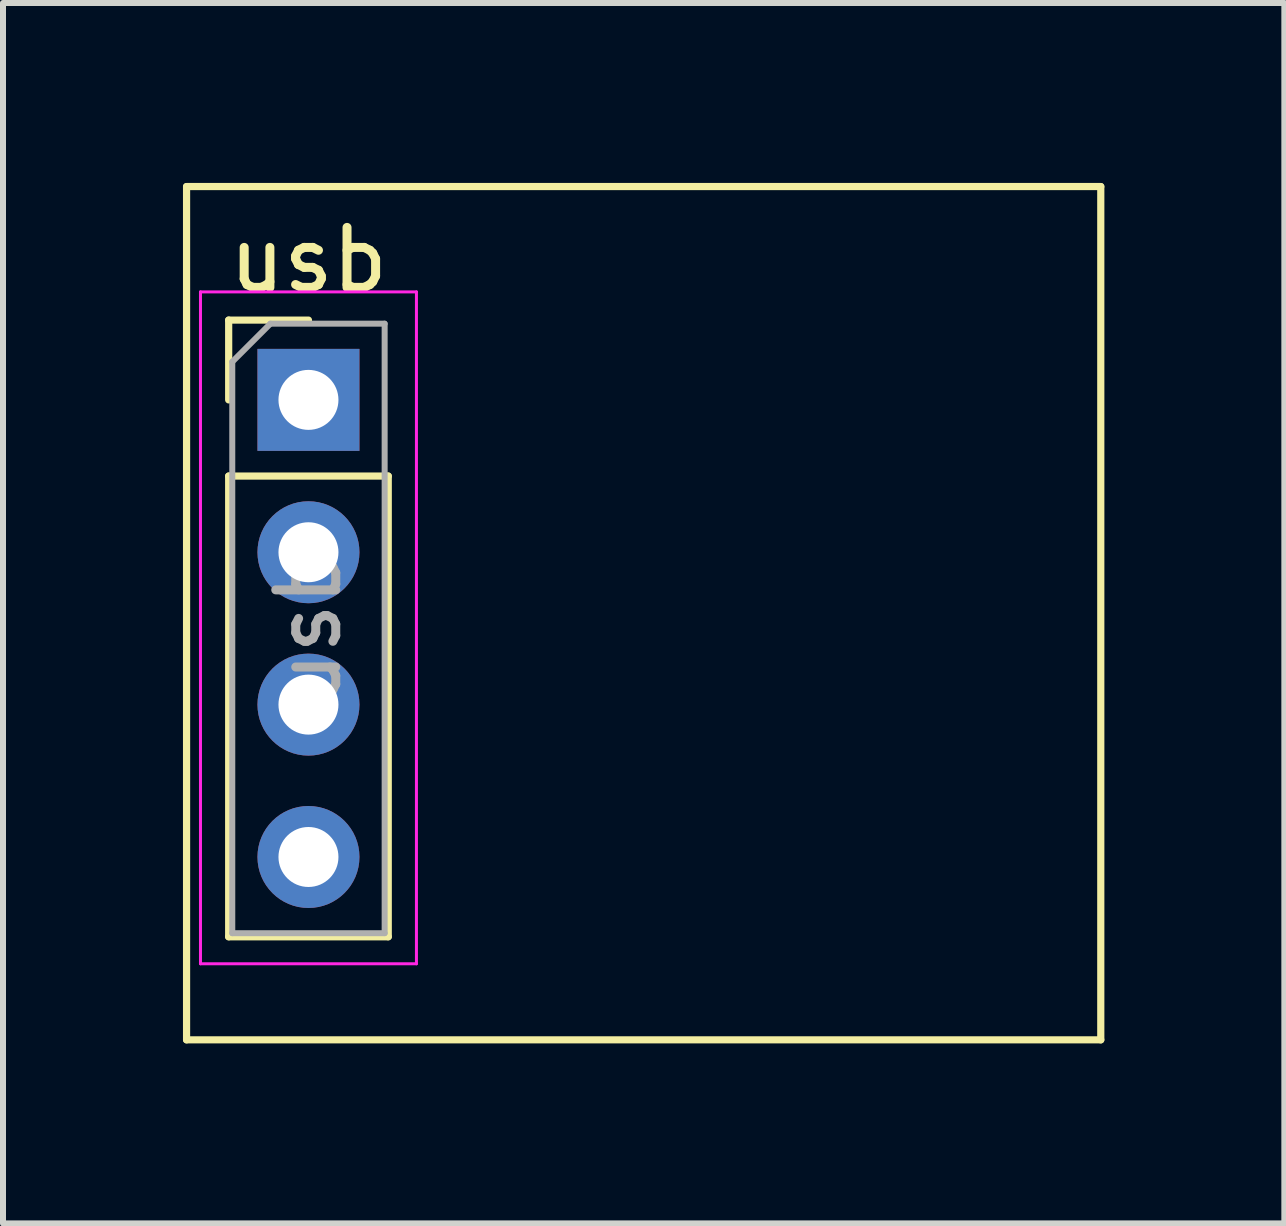
<source format=kicad_pcb>
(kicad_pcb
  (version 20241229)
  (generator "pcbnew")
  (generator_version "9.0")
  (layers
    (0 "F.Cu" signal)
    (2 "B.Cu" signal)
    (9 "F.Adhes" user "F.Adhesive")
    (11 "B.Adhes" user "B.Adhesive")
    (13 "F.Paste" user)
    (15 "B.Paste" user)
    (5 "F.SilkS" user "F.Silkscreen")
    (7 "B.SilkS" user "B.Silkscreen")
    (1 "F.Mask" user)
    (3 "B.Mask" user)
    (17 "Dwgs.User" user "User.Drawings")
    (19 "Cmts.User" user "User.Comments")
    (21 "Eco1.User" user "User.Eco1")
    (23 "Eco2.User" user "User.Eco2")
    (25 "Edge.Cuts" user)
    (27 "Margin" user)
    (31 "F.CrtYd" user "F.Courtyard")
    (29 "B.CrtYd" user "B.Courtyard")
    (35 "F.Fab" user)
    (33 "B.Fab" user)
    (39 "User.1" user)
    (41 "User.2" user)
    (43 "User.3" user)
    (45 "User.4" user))
  (footprint "usb"
    (layer "F.Cu")
    (at 2.092 3.616)
    (property "Reference" "usb" (at 0 -2.33 0) (layer "F.SilkS") (effects (font (size 1 1) (thickness 0.15))))
    (attr through_hole)
    (fp_line (start -2.032 -3.556) (end -2.032 10.668) (stroke (width 0.12) (type solid)) (layer "F.SilkS"))
    (fp_line (start -2.032 10.668) (end 13.208 10.668) (stroke (width 0.12) (type solid)) (layer "F.SilkS"))
    (fp_line (start -1.33 -1.33) (end 0 -1.33) (stroke (width 0.12) (type solid)) (layer "F.SilkS"))
    (fp_line (start -1.33 0) (end -1.33 -1.33) (stroke (width 0.12) (type solid)) (layer "F.SilkS"))
    (fp_line (start -1.33 1.27) (end -1.33 8.95) (stroke (width 0.12) (type solid)) (layer "F.SilkS"))
    (fp_line (start -1.33 1.27) (end 1.33 1.27) (stroke (width 0.12) (type solid)) (layer "F.SilkS"))
    (fp_line (start -1.33 8.95) (end 1.33 8.95) (stroke (width 0.12) (type solid)) (layer "F.SilkS"))
    (fp_line (start 1.33 1.27) (end 1.33 8.95) (stroke (width 0.12) (type solid)) (layer "F.SilkS"))
    (fp_line (start 13.208 -3.556) (end -2.032 -3.556) (stroke (width 0.12) (type solid)) (layer "F.SilkS"))
    (fp_line (start 13.208 10.668) (end 13.208 -3.556) (stroke (width 0.12) (type solid)) (layer "F.SilkS"))
    (fp_line (start -1.8 -1.8) (end -1.8 9.4) (stroke (width 0.05) (type solid)) (layer "F.CrtYd"))
    (fp_line (start -1.8 9.4) (end 1.8 9.4) (stroke (width 0.05) (type solid)) (layer "F.CrtYd"))
    (fp_line (start 1.8 -1.8) (end -1.8 -1.8) (stroke (width 0.05) (type solid)) (layer "F.CrtYd"))
    (fp_line (start 1.8 9.4) (end 1.8 -1.8) (stroke (width 0.05) (type solid)) (layer "F.CrtYd"))
    (fp_line (start -1.27 -0.635) (end -0.635 -1.27) (stroke (width 0.1) (type solid)) (layer "F.Fab"))
    (fp_line (start -1.27 8.89) (end -1.27 -0.635) (stroke (width 0.1) (type solid)) (layer "F.Fab"))
    (fp_line (start -0.635 -1.27) (end 1.27 -1.27) (stroke (width 0.1) (type solid)) (layer "F.Fab"))
    (fp_line (start 1.27 -1.27) (end 1.27 8.89) (stroke (width 0.1) (type solid)) (layer "F.Fab"))
    (fp_line (start 1.27 8.89) (end -1.27 8.89) (stroke (width 0.1) (type solid)) (layer "F.Fab"))
    (fp_text user "${REFERENCE}" (at 0 3.81 90) (layer "F.Fab") (effects (font (size 1 1) (thickness 0.15))))
    (pad "1" thru_hole rect (at 0 0) (size 1.7 1.7) (drill 1) (layers "*.Cu" "*.Mask"))
    (pad "2" thru_hole oval (at 0 2.54) (size 1.7 1.7) (drill 1) (layers "*.Cu" "*.Mask"))
    (pad "3" thru_hole oval (at 0 5.08) (size 1.7 1.7) (drill 1) (layers "*.Cu" "*.Mask"))
    (pad "4" thru_hole oval (at 0 7.62) (size 1.7 1.7) (drill 1) (layers "*.Cu" "*.Mask")))
  (gr_rect
    (start -3 -3)
    (end 18.36 17.344)
    (stroke (width 0.1) (type default))
    (fill no)
    (layer "Edge.Cuts")))
</source>
